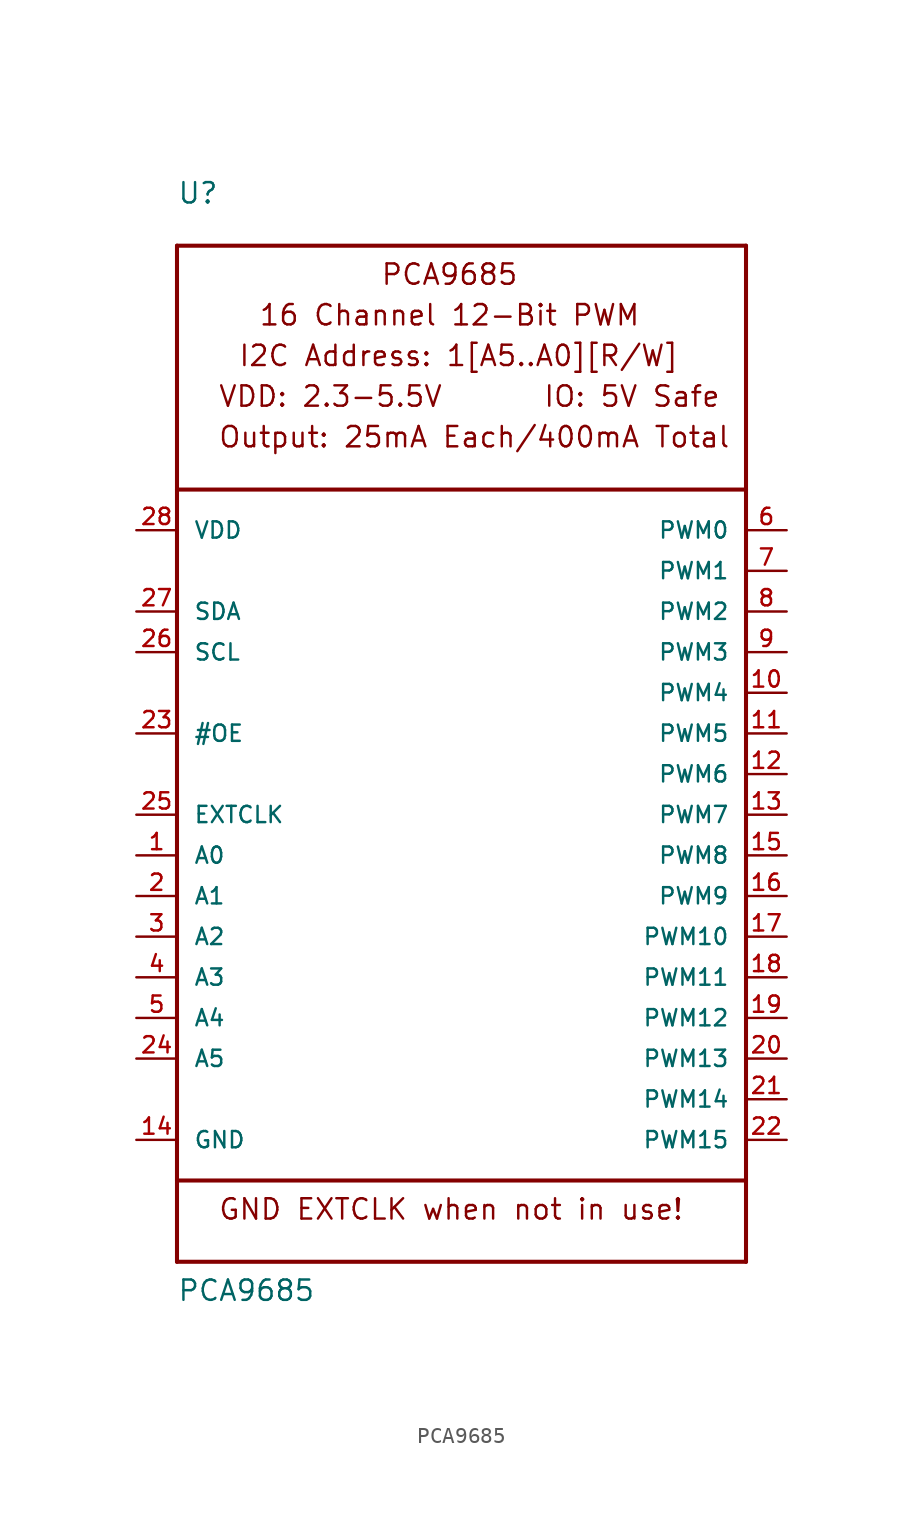
<source format=kicad_sym>
(kicad_symbol_lib
  (version 20231120)
  (generator "kicad_symbol_editor")
  (generator_version "8.0")
  (symbol "PCA9685"
    (pin_names
      (offset 1.016))
    (property "Reference" "U"
      (at -17.78 35.56 0)
      (effects (font (size 1.27 1.27)) (justify left bottom)))
    (property "Value" "PCA9685"
      (at -17.78 -33.02 0)
      (effects (font (size 1.27 1.27)) (justify left bottom)))
    (symbol "PCA9685_0_0"
      (polyline (pts (xy -17.78 -30.48) (xy -17.78 -25.4)) (stroke (width 0.254) (type default)) (fill (type none)))
      (polyline (pts (xy -17.78 -25.4) (xy -17.78 17.78)) (stroke (width 0.254) (type default)) (fill (type none)))
      (polyline (pts (xy -17.78 -25.4) (xy 17.78 -25.4)) (stroke (width 0.254) (type default)) (fill (type none)))
      (polyline (pts (xy -17.78 17.78) (xy -17.78 33.02)) (stroke (width 0.254) (type default)) (fill (type none)))
      (polyline (pts (xy -17.78 17.78) (xy 17.78 17.78)) (stroke (width 0.254) (type default)) (fill (type none)))
      (polyline (pts (xy -17.78 33.02) (xy 17.78 33.02)) (stroke (width 0.254) (type default)) (fill (type none)))
      (polyline (pts (xy 17.78 -30.48) (xy -17.78 -30.48)) (stroke (width 0.254) (type default)) (fill (type none)))
      (polyline (pts (xy 17.78 17.78) (xy 17.78 -30.48)) (stroke (width 0.254) (type default)) (fill (type none)))
      (polyline (pts (xy 17.78 17.78) (xy 17.78 33.02)) (stroke (width 0.254) (type default)) (fill (type none)))
      (text "16 Channel 12-Bit PWM" (at -12.7 27.94 0) (effects (font (size 1.27 1.27)) (justify left bottom)))
      (text "GND EXTCLK when not in use!" (at -15.24 -27.94 0) (effects (font (size 1.27 1.27)) (justify left bottom)))
      (text "I2C Address: 1[A5..A0][R/W]" (at -13.97 25.4 0) (effects (font (size 1.27 1.27)) (justify left bottom)))
      (text "IO: 5V Safe" (at 5.08 22.86 0) (effects (font (size 1.27 1.27)) (justify left bottom)))
      (text "Output: 25mA Each/400mA Total" (at -15.24 20.32 0) (effects (font (size 1.27 1.27)) (justify left bottom)))
      (text "PCA9685" (at -5.08 30.48 0) (effects (font (size 1.27 1.27)) (justify left bottom)))
      (text "VDD: 2.3-5.5V" (at -15.24 22.86 0) (effects (font (size 1.27 1.27)) (justify left bottom)))
      (pin bidirectional line (at -20.32 -5.08 0) (length 2.54) (name "A0" (effects (font (size 1.016 1.016)))) (number "1" (effects (font (size 1.016 1.016)))))
      (pin output line (at 20.32 5.08 180) (length 2.54) (name "PWM4" (effects (font (size 1.016 1.016)))) (number "10" (effects (font (size 1.016 1.016)))))
      (pin output line (at 20.32 2.54 180) (length 2.54) (name "PWM5" (effects (font (size 1.016 1.016)))) (number "11" (effects (font (size 1.016 1.016)))))
      (pin output line (at 20.32 0 180) (length 2.54) (name "PWM6" (effects (font (size 1.016 1.016)))) (number "12" (effects (font (size 1.016 1.016)))))
      (pin output line (at 20.32 -2.54 180) (length 2.54) (name "PWM7" (effects (font (size 1.016 1.016)))) (number "13" (effects (font (size 1.016 1.016)))))
      (pin power_in line (at -20.32 -22.86 0) (length 2.54) (name "GND" (effects (font (size 1.016 1.016)))) (number "14" (effects (font (size 1.016 1.016)))))
      (pin output line (at 20.32 -5.08 180) (length 2.54) (name "PWM8" (effects (font (size 1.016 1.016)))) (number "15" (effects (font (size 1.016 1.016)))))
      (pin output line (at 20.32 -7.62 180) (length 2.54) (name "PWM9" (effects (font (size 1.016 1.016)))) (number "16" (effects (font (size 1.016 1.016)))))
      (pin output line (at 20.32 -10.16 180) (length 2.54) (name "PWM10" (effects (font (size 1.016 1.016)))) (number "17" (effects (font (size 1.016 1.016)))))
      (pin output line (at 20.32 -12.7 180) (length 2.54) (name "PWM11" (effects (font (size 1.016 1.016)))) (number "18" (effects (font (size 1.016 1.016)))))
      (pin output line (at 20.32 -15.24 180) (length 2.54) (name "PWM12" (effects (font (size 1.016 1.016)))) (number "19" (effects (font (size 1.016 1.016)))))
      (pin bidirectional line (at -20.32 -7.62 0) (length 2.54) (name "A1" (effects (font (size 1.016 1.016)))) (number "2" (effects (font (size 1.016 1.016)))))
      (pin output line (at 20.32 -17.78 180) (length 2.54) (name "PWM13" (effects (font (size 1.016 1.016)))) (number "20" (effects (font (size 1.016 1.016)))))
      (pin output line (at 20.32 -20.32 180) (length 2.54) (name "PWM14" (effects (font (size 1.016 1.016)))) (number "21" (effects (font (size 1.016 1.016)))))
      (pin output line (at 20.32 -22.86 180) (length 2.54) (name "PWM15" (effects (font (size 1.016 1.016)))) (number "22" (effects (font (size 1.016 1.016)))))
      (pin input line (at -20.32 2.54 0) (length 2.54) (name "#OE" (effects (font (size 1.016 1.016)))) (number "23" (effects (font (size 1.016 1.016)))))
      (pin bidirectional line (at -20.32 -17.78 0) (length 2.54) (name "A5" (effects (font (size 1.016 1.016)))) (number "24" (effects (font (size 1.016 1.016)))))
      (pin input line (at -20.32 -2.54 0) (length 2.54) (name "EXTCLK" (effects (font (size 1.016 1.016)))) (number "25" (effects (font (size 1.016 1.016)))))
      (pin bidirectional line (at -20.32 7.62 0) (length 2.54) (name "SCL" (effects (font (size 1.016 1.016)))) (number "26" (effects (font (size 1.016 1.016)))))
      (pin bidirectional line (at -20.32 10.16 0) (length 2.54) (name "SDA" (effects (font (size 1.016 1.016)))) (number "27" (effects (font (size 1.016 1.016)))))
      (pin power_in line (at -20.32 15.24 0) (length 2.54) (name "VDD" (effects (font (size 1.016 1.016)))) (number "28" (effects (font (size 1.016 1.016)))))
      (pin bidirectional line (at -20.32 -10.16 0) (length 2.54) (name "A2" (effects (font (size 1.016 1.016)))) (number "3" (effects (font (size 1.016 1.016)))))
      (pin bidirectional line (at -20.32 -12.7 0) (length 2.54) (name "A3" (effects (font (size 1.016 1.016)))) (number "4" (effects (font (size 1.016 1.016)))))
      (pin bidirectional line (at -20.32 -15.24 0) (length 2.54) (name "A4" (effects (font (size 1.016 1.016)))) (number "5" (effects (font (size 1.016 1.016)))))
      (pin output line (at 20.32 15.24 180) (length 2.54) (name "PWM0" (effects (font (size 1.016 1.016)))) (number "6" (effects (font (size 1.016 1.016)))))
      (pin output line (at 20.32 12.7 180) (length 2.54) (name "PWM1" (effects (font (size 1.016 1.016)))) (number "7" (effects (font (size 1.016 1.016)))))
      (pin output line (at 20.32 10.16 180) (length 2.54) (name "PWM2" (effects (font (size 1.016 1.016)))) (number "8" (effects (font (size 1.016 1.016)))))
      (pin output line (at 20.32 7.62 180) (length 2.54) (name "PWM3" (effects (font (size 1.016 1.016)))) (number "9" (effects (font (size 1.016 1.016))))))))
</source>
